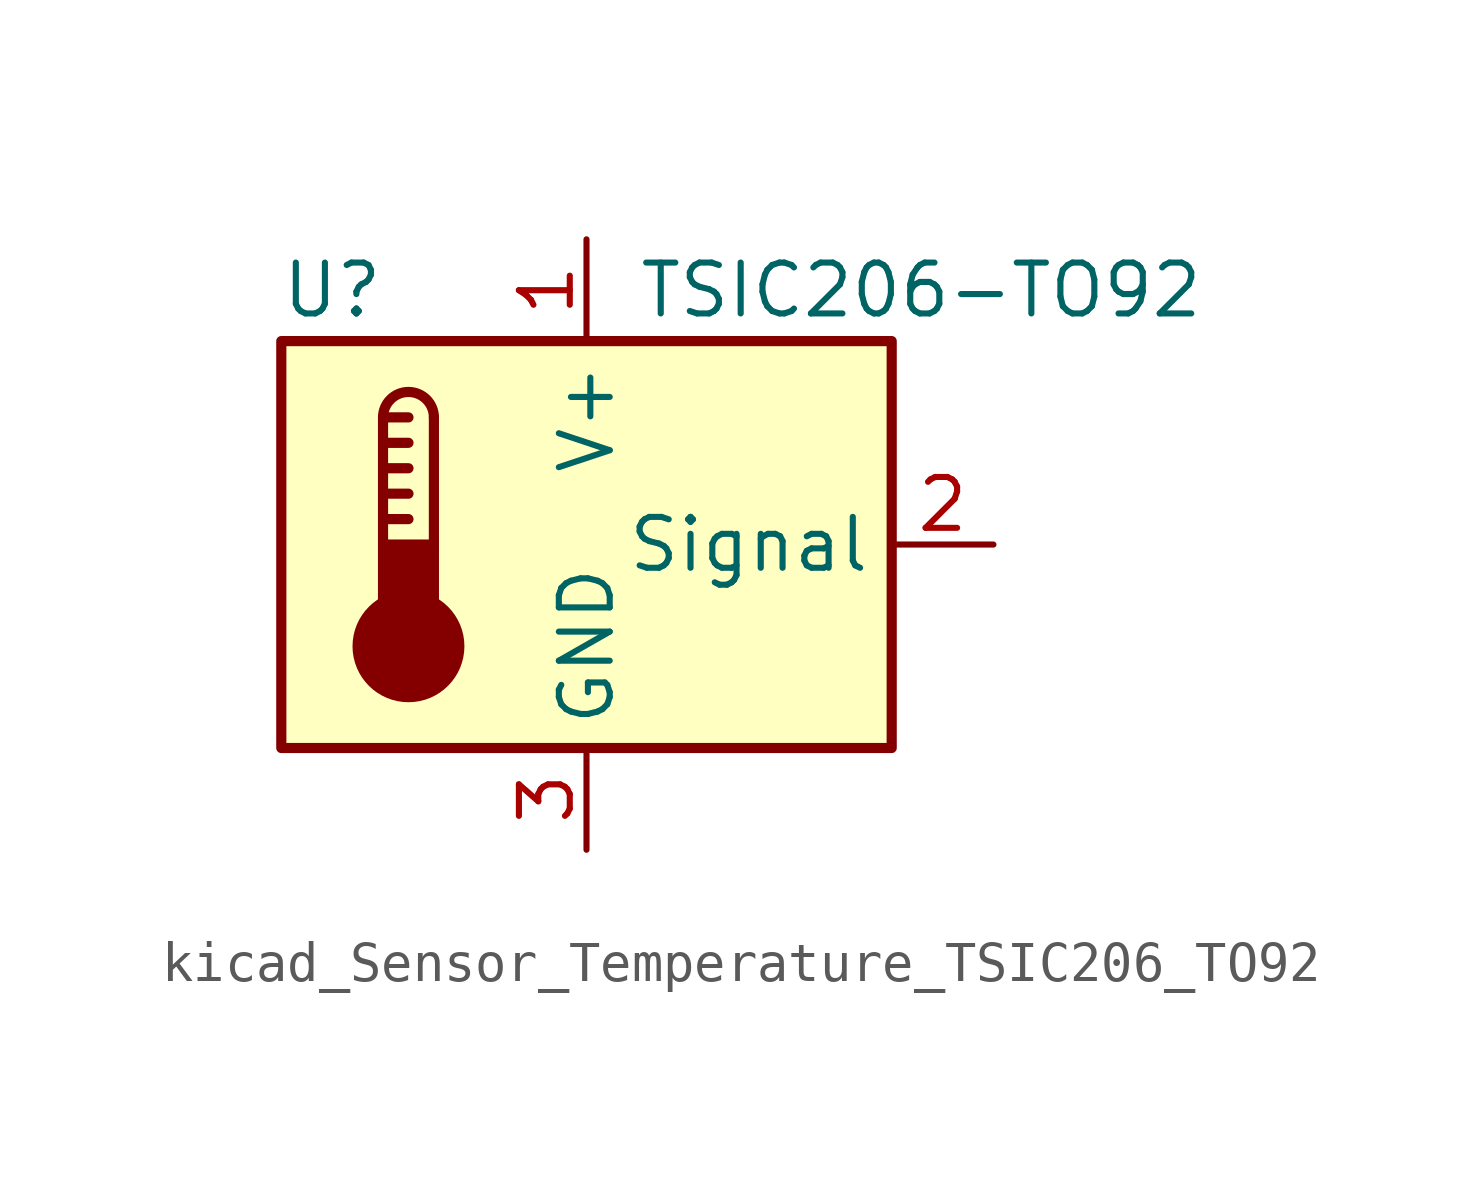
<source format=kicad_sym>
(kicad_symbol_lib
  (version 20220914)
  (generator kicad_symbol_editor)
  (symbol "kicad_Sensor_Temperature_TSIC206_TO92"
    (property "Reference" "U"
      (at -6.35 6.35 0)
      (effects (font (size 1.27 1.27))))
    (property "Value" "TSIC206-TO92"
      (at 1.27 6.35 0)
      (effects (font (size 1.27 1.27)) (justify left)))
    (symbol "kicad_Sensor_Temperature_TSIC206_TO92_0_1"
      (rectangle (start -7.62 5.08) (end 7.62 -5.08) (stroke (width 0.254) (type default)) (fill (type background)))
      (circle (center -4.445 -2.54) (radius 1.27) (stroke (width 0.254) (type default)) (fill (type outline)))
      (rectangle (start -3.81 -1.905) (end -5.08 0) (stroke (width 0.254) (type default)) (fill (type outline)))
      (arc (start -3.81 3.175) (mid -4.445 3.8073) (end -5.08 3.175) (stroke (width 0.254) (type default)) (fill (type none)))
      (polyline (pts (xy -5.08 0.635) (xy -4.445 0.635)) (stroke (width 0.254) (type default)) (fill (type none)))
      (polyline (pts (xy -5.08 1.27) (xy -4.445 1.27)) (stroke (width 0.254) (type default)) (fill (type none)))
      (polyline (pts (xy -5.08 1.905) (xy -4.445 1.905)) (stroke (width 0.254) (type default)) (fill (type none)))
      (polyline (pts (xy -5.08 2.54) (xy -4.445 2.54)) (stroke (width 0.254) (type default)) (fill (type none)))
      (polyline (pts (xy -5.08 3.175) (xy -5.08 0)) (stroke (width 0.254) (type default)) (fill (type none)))
      (polyline (pts (xy -5.08 3.175) (xy -4.445 3.175)) (stroke (width 0.254) (type default)) (fill (type none)))
      (polyline (pts (xy -3.81 3.175) (xy -3.81 0)) (stroke (width 0.254) (type default)) (fill (type none))))
    (symbol "kicad_Sensor_Temperature_TSIC206_TO92_1_1"
      (pin power_in line (at 0 7.62 270) (length 2.54) (name "V+" (effects (font (size 1.27 1.27)))) (number "1" (effects (font (size 1.27 1.27)))))
      (pin output line (at 10.16 0 180) (length 2.54) (name "Signal" (effects (font (size 1.27 1.27)))) (number "2" (effects (font (size 1.27 1.27)))))
      (pin power_in line (at 0 -7.62 90) (length 2.54) (name "GND" (effects (font (size 1.27 1.27)))) (number "3" (effects (font (size 1.27 1.27))))))))
</source>
